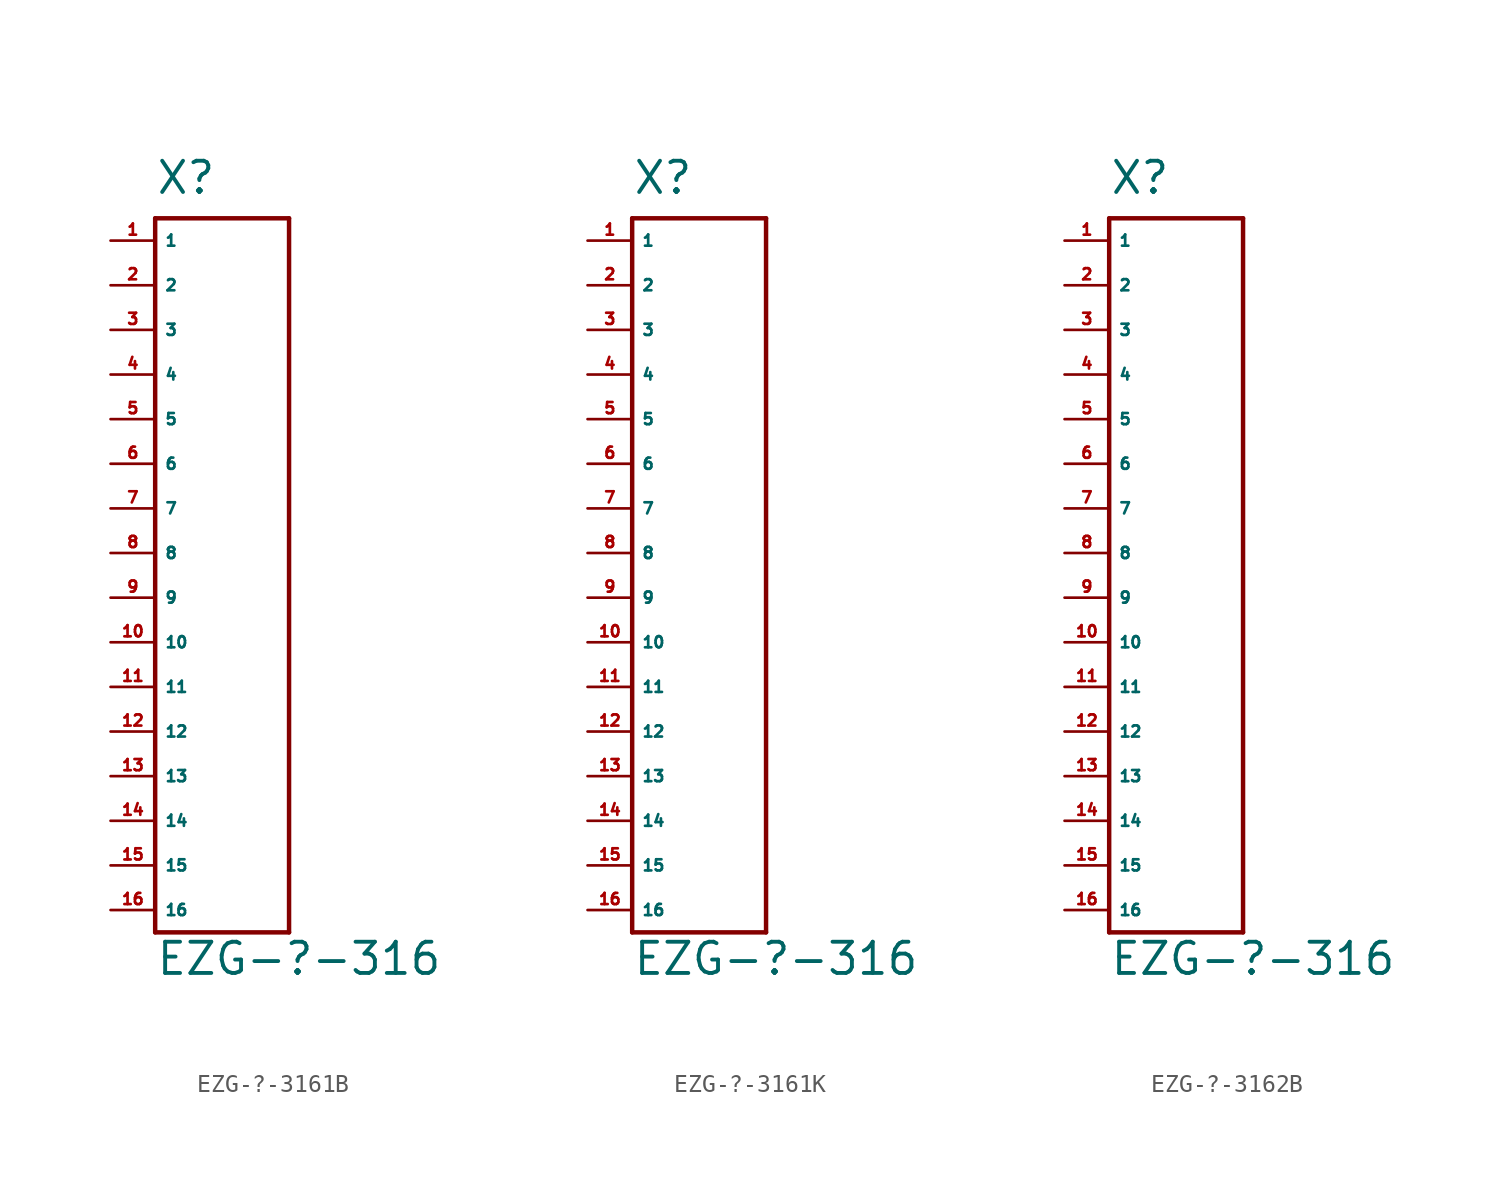
<source format=kicad_sym>
(kicad_symbol_lib
  (version 20220914)
  (generator Eagle2Kicad)
  (symbol "EZG-?-3161B"
    (property "Reference" "X"
      (at -2.54 2.54 0)
      (effects (font (size 1.778 1.778) (thickness 0.22)) (justify left bottom)))
    (property "Value" "EZG-?-316"
      (at -2.54 -41.91 0)
      (effects (font (size 1.778 1.778) (thickness 0.22)) (justify left bottom)))
    (polyline
      (pts (xy -2.54 1.27) (xy -2.54 -39.37))
      (stroke (width 0.254) (type default))
      (fill (type none)))
    (polyline
      (pts (xy -2.54 -39.37) (xy 5.08 -39.37))
      (stroke (width 0.254) (type default))
      (fill (type none)))
    (polyline
      (pts (xy 5.08 -39.37) (xy 5.08 1.27))
      (stroke (width 0.254) (type default))
      (fill (type none)))
    (polyline
      (pts (xy 5.08 1.27) (xy -2.54 1.27))
      (stroke (width 0.254) (type default))
      (fill (type none)))
    (pin passive line
      (at -5.08 0 0)
      (length 2.54)
      (name "1" (effects (font (size 0.635 0.635) (thickness 0.08)) (justify left bottom)))
      (number "1" (effects (font (size 0.635 0.635) (thickness 0.08)) (justify left bottom))))
    (pin passive line
      (at -5.08 -2.54 0)
      (length 2.54)
      (name "2" (effects (font (size 0.635 0.635) (thickness 0.08)) (justify left bottom)))
      (number "2" (effects (font (size 0.635 0.635) (thickness 0.08)) (justify left bottom))))
    (pin passive line
      (at -5.08 -5.08 0)
      (length 2.54)
      (name "3" (effects (font (size 0.635 0.635) (thickness 0.08)) (justify left bottom)))
      (number "3" (effects (font (size 0.635 0.635) (thickness 0.08)) (justify left bottom))))
    (pin passive line
      (at -5.08 -7.62 0)
      (length 2.54)
      (name "4" (effects (font (size 0.635 0.635) (thickness 0.08)) (justify left bottom)))
      (number "4" (effects (font (size 0.635 0.635) (thickness 0.08)) (justify left bottom))))
    (pin passive line
      (at -5.08 -10.16 0)
      (length 2.54)
      (name "5" (effects (font (size 0.635 0.635) (thickness 0.08)) (justify left bottom)))
      (number "5" (effects (font (size 0.635 0.635) (thickness 0.08)) (justify left bottom))))
    (pin passive line
      (at -5.08 -12.7 0)
      (length 2.54)
      (name "6" (effects (font (size 0.635 0.635) (thickness 0.08)) (justify left bottom)))
      (number "6" (effects (font (size 0.635 0.635) (thickness 0.08)) (justify left bottom))))
    (pin passive line
      (at -5.08 -15.24 0)
      (length 2.54)
      (name "7" (effects (font (size 0.635 0.635) (thickness 0.08)) (justify left bottom)))
      (number "7" (effects (font (size 0.635 0.635) (thickness 0.08)) (justify left bottom))))
    (pin passive line
      (at -5.08 -17.78 0)
      (length 2.54)
      (name "8" (effects (font (size 0.635 0.635) (thickness 0.08)) (justify left bottom)))
      (number "8" (effects (font (size 0.635 0.635) (thickness 0.08)) (justify left bottom))))
    (pin passive line
      (at -5.08 -20.32 0)
      (length 2.54)
      (name "9" (effects (font (size 0.635 0.635) (thickness 0.08)) (justify left bottom)))
      (number "9" (effects (font (size 0.635 0.635) (thickness 0.08)) (justify left bottom))))
    (pin passive line
      (at -5.08 -22.86 0)
      (length 2.54)
      (name "10" (effects (font (size 0.635 0.635) (thickness 0.08)) (justify left bottom)))
      (number "10" (effects (font (size 0.635 0.635) (thickness 0.08)) (justify left bottom))))
    (pin passive line
      (at -5.08 -25.4 0)
      (length 2.54)
      (name "11" (effects (font (size 0.635 0.635) (thickness 0.08)) (justify left bottom)))
      (number "11" (effects (font (size 0.635 0.635) (thickness 0.08)) (justify left bottom))))
    (pin passive line
      (at -5.08 -27.94 0)
      (length 2.54)
      (name "12" (effects (font (size 0.635 0.635) (thickness 0.08)) (justify left bottom)))
      (number "12" (effects (font (size 0.635 0.635) (thickness 0.08)) (justify left bottom))))
    (pin passive line
      (at -5.08 -30.48 0)
      (length 2.54)
      (name "13" (effects (font (size 0.635 0.635) (thickness 0.08)) (justify left bottom)))
      (number "13" (effects (font (size 0.635 0.635) (thickness 0.08)) (justify left bottom))))
    (pin passive line
      (at -5.08 -33.02 0)
      (length 2.54)
      (name "14" (effects (font (size 0.635 0.635) (thickness 0.08)) (justify left bottom)))
      (number "14" (effects (font (size 0.635 0.635) (thickness 0.08)) (justify left bottom))))
    (pin passive line
      (at -5.08 -35.56 0)
      (length 2.54)
      (name "15" (effects (font (size 0.635 0.635) (thickness 0.08)) (justify left bottom)))
      (number "15" (effects (font (size 0.635 0.635) (thickness 0.08)) (justify left bottom))))
    (pin passive line
      (at -5.08 -38.1 0)
      (length 2.54)
      (name "16" (effects (font (size 0.635 0.635) (thickness 0.08)) (justify left bottom)))
      (number "16" (effects (font (size 0.635 0.635) (thickness 0.08)) (justify left bottom)))))
  (symbol "EZG-?-3161K"
    (property "Reference" "X"
      (at -2.54 2.54 0)
      (effects (font (size 1.778 1.778) (thickness 0.22)) (justify left bottom)))
    (property "Value" "EZG-?-316"
      (at -2.54 -41.91 0)
      (effects (font (size 1.778 1.778) (thickness 0.22)) (justify left bottom)))
    (polyline
      (pts (xy -2.54 1.27) (xy -2.54 -39.37))
      (stroke (width 0.254) (type default))
      (fill (type none)))
    (polyline
      (pts (xy -2.54 -39.37) (xy 5.08 -39.37))
      (stroke (width 0.254) (type default))
      (fill (type none)))
    (polyline
      (pts (xy 5.08 -39.37) (xy 5.08 1.27))
      (stroke (width 0.254) (type default))
      (fill (type none)))
    (polyline
      (pts (xy 5.08 1.27) (xy -2.54 1.27))
      (stroke (width 0.254) (type default))
      (fill (type none)))
    (pin passive line
      (at -5.08 0 0)
      (length 2.54)
      (name "1" (effects (font (size 0.635 0.635) (thickness 0.08)) (justify left bottom)))
      (number "1" (effects (font (size 0.635 0.635) (thickness 0.08)) (justify left bottom))))
    (pin passive line
      (at -5.08 -2.54 0)
      (length 2.54)
      (name "2" (effects (font (size 0.635 0.635) (thickness 0.08)) (justify left bottom)))
      (number "2" (effects (font (size 0.635 0.635) (thickness 0.08)) (justify left bottom))))
    (pin passive line
      (at -5.08 -5.08 0)
      (length 2.54)
      (name "3" (effects (font (size 0.635 0.635) (thickness 0.08)) (justify left bottom)))
      (number "3" (effects (font (size 0.635 0.635) (thickness 0.08)) (justify left bottom))))
    (pin passive line
      (at -5.08 -7.62 0)
      (length 2.54)
      (name "4" (effects (font (size 0.635 0.635) (thickness 0.08)) (justify left bottom)))
      (number "4" (effects (font (size 0.635 0.635) (thickness 0.08)) (justify left bottom))))
    (pin passive line
      (at -5.08 -10.16 0)
      (length 2.54)
      (name "5" (effects (font (size 0.635 0.635) (thickness 0.08)) (justify left bottom)))
      (number "5" (effects (font (size 0.635 0.635) (thickness 0.08)) (justify left bottom))))
    (pin passive line
      (at -5.08 -12.7 0)
      (length 2.54)
      (name "6" (effects (font (size 0.635 0.635) (thickness 0.08)) (justify left bottom)))
      (number "6" (effects (font (size 0.635 0.635) (thickness 0.08)) (justify left bottom))))
    (pin passive line
      (at -5.08 -15.24 0)
      (length 2.54)
      (name "7" (effects (font (size 0.635 0.635) (thickness 0.08)) (justify left bottom)))
      (number "7" (effects (font (size 0.635 0.635) (thickness 0.08)) (justify left bottom))))
    (pin passive line
      (at -5.08 -17.78 0)
      (length 2.54)
      (name "8" (effects (font (size 0.635 0.635) (thickness 0.08)) (justify left bottom)))
      (number "8" (effects (font (size 0.635 0.635) (thickness 0.08)) (justify left bottom))))
    (pin passive line
      (at -5.08 -20.32 0)
      (length 2.54)
      (name "9" (effects (font (size 0.635 0.635) (thickness 0.08)) (justify left bottom)))
      (number "9" (effects (font (size 0.635 0.635) (thickness 0.08)) (justify left bottom))))
    (pin passive line
      (at -5.08 -22.86 0)
      (length 2.54)
      (name "10" (effects (font (size 0.635 0.635) (thickness 0.08)) (justify left bottom)))
      (number "10" (effects (font (size 0.635 0.635) (thickness 0.08)) (justify left bottom))))
    (pin passive line
      (at -5.08 -25.4 0)
      (length 2.54)
      (name "11" (effects (font (size 0.635 0.635) (thickness 0.08)) (justify left bottom)))
      (number "11" (effects (font (size 0.635 0.635) (thickness 0.08)) (justify left bottom))))
    (pin passive line
      (at -5.08 -27.94 0)
      (length 2.54)
      (name "12" (effects (font (size 0.635 0.635) (thickness 0.08)) (justify left bottom)))
      (number "12" (effects (font (size 0.635 0.635) (thickness 0.08)) (justify left bottom))))
    (pin passive line
      (at -5.08 -30.48 0)
      (length 2.54)
      (name "13" (effects (font (size 0.635 0.635) (thickness 0.08)) (justify left bottom)))
      (number "13" (effects (font (size 0.635 0.635) (thickness 0.08)) (justify left bottom))))
    (pin passive line
      (at -5.08 -33.02 0)
      (length 2.54)
      (name "14" (effects (font (size 0.635 0.635) (thickness 0.08)) (justify left bottom)))
      (number "14" (effects (font (size 0.635 0.635) (thickness 0.08)) (justify left bottom))))
    (pin passive line
      (at -5.08 -35.56 0)
      (length 2.54)
      (name "15" (effects (font (size 0.635 0.635) (thickness 0.08)) (justify left bottom)))
      (number "15" (effects (font (size 0.635 0.635) (thickness 0.08)) (justify left bottom))))
    (pin passive line
      (at -5.08 -38.1 0)
      (length 2.54)
      (name "16" (effects (font (size 0.635 0.635) (thickness 0.08)) (justify left bottom)))
      (number "16" (effects (font (size 0.635 0.635) (thickness 0.08)) (justify left bottom)))))
  (symbol "EZG-?-3162B"
    (property "Reference" "X"
      (at -2.54 2.54 0)
      (effects (font (size 1.778 1.778) (thickness 0.22)) (justify left bottom)))
    (property "Value" "EZG-?-316"
      (at -2.54 -41.91 0)
      (effects (font (size 1.778 1.778) (thickness 0.22)) (justify left bottom)))
    (polyline
      (pts (xy -2.54 1.27) (xy -2.54 -39.37))
      (stroke (width 0.254) (type default))
      (fill (type none)))
    (polyline
      (pts (xy -2.54 -39.37) (xy 5.08 -39.37))
      (stroke (width 0.254) (type default))
      (fill (type none)))
    (polyline
      (pts (xy 5.08 -39.37) (xy 5.08 1.27))
      (stroke (width 0.254) (type default))
      (fill (type none)))
    (polyline
      (pts (xy 5.08 1.27) (xy -2.54 1.27))
      (stroke (width 0.254) (type default))
      (fill (type none)))
    (pin passive line
      (at -5.08 0 0)
      (length 2.54)
      (name "1" (effects (font (size 0.635 0.635) (thickness 0.08)) (justify left bottom)))
      (number "1" (effects (font (size 0.635 0.635) (thickness 0.08)) (justify left bottom))))
    (pin passive line
      (at -5.08 -2.54 0)
      (length 2.54)
      (name "2" (effects (font (size 0.635 0.635) (thickness 0.08)) (justify left bottom)))
      (number "2" (effects (font (size 0.635 0.635) (thickness 0.08)) (justify left bottom))))
    (pin passive line
      (at -5.08 -5.08 0)
      (length 2.54)
      (name "3" (effects (font (size 0.635 0.635) (thickness 0.08)) (justify left bottom)))
      (number "3" (effects (font (size 0.635 0.635) (thickness 0.08)) (justify left bottom))))
    (pin passive line
      (at -5.08 -7.62 0)
      (length 2.54)
      (name "4" (effects (font (size 0.635 0.635) (thickness 0.08)) (justify left bottom)))
      (number "4" (effects (font (size 0.635 0.635) (thickness 0.08)) (justify left bottom))))
    (pin passive line
      (at -5.08 -10.16 0)
      (length 2.54)
      (name "5" (effects (font (size 0.635 0.635) (thickness 0.08)) (justify left bottom)))
      (number "5" (effects (font (size 0.635 0.635) (thickness 0.08)) (justify left bottom))))
    (pin passive line
      (at -5.08 -12.7 0)
      (length 2.54)
      (name "6" (effects (font (size 0.635 0.635) (thickness 0.08)) (justify left bottom)))
      (number "6" (effects (font (size 0.635 0.635) (thickness 0.08)) (justify left bottom))))
    (pin passive line
      (at -5.08 -15.24 0)
      (length 2.54)
      (name "7" (effects (font (size 0.635 0.635) (thickness 0.08)) (justify left bottom)))
      (number "7" (effects (font (size 0.635 0.635) (thickness 0.08)) (justify left bottom))))
    (pin passive line
      (at -5.08 -17.78 0)
      (length 2.54)
      (name "8" (effects (font (size 0.635 0.635) (thickness 0.08)) (justify left bottom)))
      (number "8" (effects (font (size 0.635 0.635) (thickness 0.08)) (justify left bottom))))
    (pin passive line
      (at -5.08 -20.32 0)
      (length 2.54)
      (name "9" (effects (font (size 0.635 0.635) (thickness 0.08)) (justify left bottom)))
      (number "9" (effects (font (size 0.635 0.635) (thickness 0.08)) (justify left bottom))))
    (pin passive line
      (at -5.08 -22.86 0)
      (length 2.54)
      (name "10" (effects (font (size 0.635 0.635) (thickness 0.08)) (justify left bottom)))
      (number "10" (effects (font (size 0.635 0.635) (thickness 0.08)) (justify left bottom))))
    (pin passive line
      (at -5.08 -25.4 0)
      (length 2.54)
      (name "11" (effects (font (size 0.635 0.635) (thickness 0.08)) (justify left bottom)))
      (number "11" (effects (font (size 0.635 0.635) (thickness 0.08)) (justify left bottom))))
    (pin passive line
      (at -5.08 -27.94 0)
      (length 2.54)
      (name "12" (effects (font (size 0.635 0.635) (thickness 0.08)) (justify left bottom)))
      (number "12" (effects (font (size 0.635 0.635) (thickness 0.08)) (justify left bottom))))
    (pin passive line
      (at -5.08 -30.48 0)
      (length 2.54)
      (name "13" (effects (font (size 0.635 0.635) (thickness 0.08)) (justify left bottom)))
      (number "13" (effects (font (size 0.635 0.635) (thickness 0.08)) (justify left bottom))))
    (pin passive line
      (at -5.08 -33.02 0)
      (length 2.54)
      (name "14" (effects (font (size 0.635 0.635) (thickness 0.08)) (justify left bottom)))
      (number "14" (effects (font (size 0.635 0.635) (thickness 0.08)) (justify left bottom))))
    (pin passive line
      (at -5.08 -35.56 0)
      (length 2.54)
      (name "15" (effects (font (size 0.635 0.635) (thickness 0.08)) (justify left bottom)))
      (number "15" (effects (font (size 0.635 0.635) (thickness 0.08)) (justify left bottom))))
    (pin passive line
      (at -5.08 -38.1 0)
      (length 2.54)
      (name "16" (effects (font (size 0.635 0.635) (thickness 0.08)) (justify left bottom)))
      (number "16" (effects (font (size 0.635 0.635) (thickness 0.08)) (justify left bottom))))))
</source>
